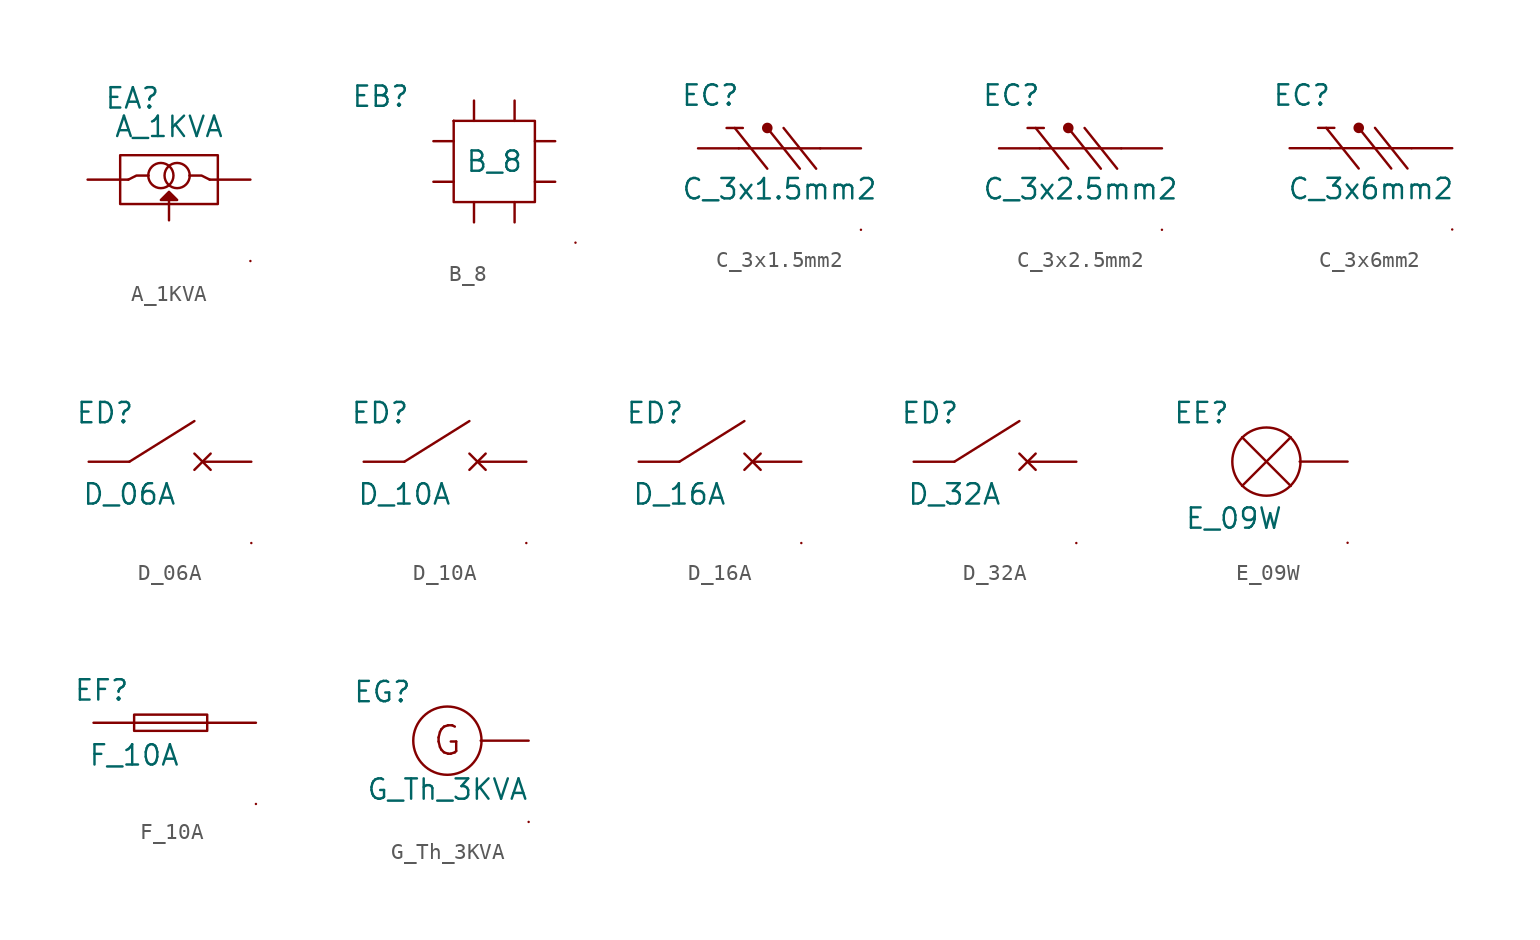
<source format=kicad_sym>
(kicad_symbol_lib
  (version 20201005)
  (generator kicad_symbol_editor)
  (symbol "elec-unifil:A_1KVA"
    (pin_numbers hide)
    (pin_names
      (offset 0.254))
    (property "Reference" "EA"
      (at -2.286 5.08 0)
      (effects (font (size 1.27 1.27))))
    (property "Value" "A_1KVA"
      (at 0 3.302 0)
      (effects (font (size 1.27 1.27))))
    (symbol "A_1KVA_0_1"
      (circle (center 0.508 0.254) (radius 0.787) (stroke (width 0)) (fill (type none)))
      (circle (center -0.508 0.254) (radius 0.787) (stroke (width 0)) (fill (type none)))
      (rectangle (start -3.048 1.524) (end 3.048 -1.524) (stroke (width 0)) (fill (type none)))
      (polyline (pts (xy 0 -0.762) (xy -0.508 -1.27) (xy 0.508 -1.27) (xy 0 -0.762) (xy 0 -0.762)) (stroke (width 0)) (fill (type outline)))
      (polyline (pts (xy 1.27 0.254) (xy 2.032 0.254) (xy 2.54 0) (xy 2.54 0)) (stroke (width 0)) (fill (type none)))
      (polyline (pts (xy -2.54 0) (xy -2.032 0.254) (xy -1.27 0.254) (xy -1.27 0.254)) (stroke (width 0)) (fill (type none))))
    (symbol "A_1KVA_0_0"
      (polyline (pts (xy 5.08 -5.08) (xy 5.08 -5.08)) (stroke (width 0)) (fill (type none))))
    (symbol "A_1KVA_1_1"
      (pin input line (at 0 -2.54 90) (length 1.27) (name "~" (effects (font (size 1.27 1.27)))) (number "3" (effects (font (size 0.254 0.254)))))
      (pin passive line (at 5.08 0 180) (length 2.54) (name "~" (effects (font (size 1.016 1.016)))) (number "1" (effects (font (size 0.254 0.254)))))
      (pin passive line (at -5.08 0 0) (length 2.54) (name "~" (effects (font (size 1.016 1.016)))) (number "2" (effects (font (size 0.254 0.254)))))))
  (symbol "elec-unifil:B_8"
    (pin_numbers hide)
    (pin_names
      (offset 0.254))
    (property "Reference" "EB"
      (at -7.112 4.064 0)
      (effects (font (size 1.27 1.27))))
    (property "Value" "B_8"
      (at 0 0 0)
      (effects (font (size 1.27 1.27))))
    (symbol "B_8_0_0"
      (rectangle (start -2.54 2.54) (end -2.54 2.54) (stroke (width 0)) (fill (type none)))
      (rectangle (start -2.54 2.54) (end 2.54 -2.54) (stroke (width 0)) (fill (type none)))
      (rectangle (start -2.54 2.54) (end -2.54 2.54) (stroke (width 0)) (fill (type none)))
      (polyline (pts (xy 5.08 -5.08) (xy 5.08 -5.08)) (stroke (width 0)) (fill (type none))))
    (symbol "B_8_1_1"
      (pin passive line (at -1.27 3.81 270) (length 1.27) (name "~" (effects (font (size 1.016 1.016)))) (number "7" (effects (font (size 0.254 0.254)))))
      (pin passive line (at -3.81 1.27 0) (length 1.27) (name "~" (effects (font (size 1.016 1.016)))) (number "6" (effects (font (size 0.254 0.254)))))
      (pin passive line (at 1.27 3.81 270) (length 1.27) (name "~" (effects (font (size 1.016 1.016)))) (number "8" (effects (font (size 0.254 0.254)))))
      (pin passive line (at -3.81 -1.27 0) (length 1.27) (name "~" (effects (font (size 1.016 1.016)))) (number "5" (effects (font (size 0.254 0.254)))))
      (pin passive line (at 3.81 1.27 180) (length 1.27) (name "~" (effects (font (size 1.016 1.016)))) (number "1" (effects (font (size 0.254 0.254)))))
      (pin passive line (at 3.81 -1.27 180) (length 1.27) (name "~" (effects (font (size 1.016 1.016)))) (number "2" (effects (font (size 0.254 0.254)))))
      (pin passive line (at 1.27 -3.81 90) (length 1.27) (name "~" (effects (font (size 1.016 1.016)))) (number "3" (effects (font (size 0.254 0.254)))))
      (pin passive line (at -1.27 -3.81 90) (length 1.27) (name "~" (effects (font (size 1.016 1.016)))) (number "4" (effects (font (size 0.254 0.254)))))))
  (symbol "elec-unifil:C_3x1.5mm2"
    (pin_numbers hide)
    (pin_names
      (offset 0.254))
    (property "Reference" "EC"
      (at -4.318 3.302 0)
      (effects (font (size 1.27 1.27))))
    (property "Value" "C_3x1.5mm2"
      (at 0 -2.54 0)
      (effects (font (size 1.27 1.27))))
    (symbol "C_3x1.5mm2_0_1"
      (circle (center -0.762 1.27) (radius 0.254) (stroke (width 0)) (fill (type outline)))
      (polyline (pts (xy -2.794 1.27) (xy -0.762 -1.27) (xy -0.762 -1.27)) (stroke (width 0)) (fill (type none)))
      (polyline (pts (xy -0.762 1.27) (xy 1.27 -1.27) (xy 1.27 -1.27)) (stroke (width 0)) (fill (type none)))
      (polyline (pts (xy -3.302 1.27) (xy -2.286 1.27) (xy -2.286 1.27)) (stroke (width 0)) (fill (type none)))
      (polyline (pts (xy 0.254 1.27) (xy 2.286 -1.27) (xy 2.286 -1.27)) (stroke (width 0)) (fill (type none)))
      (polyline (pts (xy -2.54 0) (xy 2.54 0) (xy 2.54 0) (xy 2.54 0)) (stroke (width 0)) (fill (type none))))
    (symbol "C_3x1.5mm2_0_0"
      (polyline (pts (xy 5.08 -5.08) (xy 5.08 -5.08)) (stroke (width 0)) (fill (type none))))
    (symbol "C_3x1.5mm2_1_1"
      (pin passive line (at -5.08 0 0) (length 2.54) (name "~" (effects (font (size 1.016 1.016)))) (number "2" (effects (font (size 0.254 0.254)))))
      (pin passive line (at 5.08 0 180) (length 2.54) (name "~" (effects (font (size 1.016 1.016)))) (number "1" (effects (font (size 0.254 0.254)))))))
  (symbol "elec-unifil:C_3x2.5mm2"
    (pin_numbers hide)
    (pin_names
      (offset 0.254))
    (property "Reference" "EC"
      (at -4.318 3.302 0)
      (effects (font (size 1.27 1.27))))
    (property "Value" "C_3x2.5mm2"
      (at 0 -2.54 0)
      (effects (font (size 1.27 1.27))))
    (symbol "C_3x2.5mm2_0_1"
      (circle (center -0.762 1.27) (radius 0.254) (stroke (width 0)) (fill (type outline)))
      (polyline (pts (xy -2.794 1.27) (xy -0.762 -1.27) (xy -0.762 -1.27)) (stroke (width 0)) (fill (type none)))
      (polyline (pts (xy -0.762 1.27) (xy 1.27 -1.27) (xy 1.27 -1.27)) (stroke (width 0)) (fill (type none)))
      (polyline (pts (xy -3.302 1.27) (xy -2.286 1.27) (xy -2.286 1.27)) (stroke (width 0)) (fill (type none)))
      (polyline (pts (xy 0.254 1.27) (xy 2.286 -1.27) (xy 2.286 -1.27)) (stroke (width 0)) (fill (type none)))
      (polyline (pts (xy -2.54 0) (xy 2.54 0) (xy 2.54 0) (xy 2.54 0)) (stroke (width 0)) (fill (type none))))
    (symbol "C_3x2.5mm2_0_0"
      (polyline (pts (xy 5.08 -5.08) (xy 5.08 -5.08)) (stroke (width 0)) (fill (type none))))
    (symbol "C_3x2.5mm2_1_1"
      (pin passive line (at -5.08 0 0) (length 2.54) (name "~" (effects (font (size 1.016 1.016)))) (number "2" (effects (font (size 0.254 0.254)))))
      (pin passive line (at 5.08 0 180) (length 2.54) (name "~" (effects (font (size 1.016 1.016)))) (number "1" (effects (font (size 0.254 0.254)))))))
  (symbol "elec-unifil:C_3x6mm2"
    (pin_numbers hide)
    (pin_names
      (offset 0.254))
    (property "Reference" "EC"
      (at -4.318 3.302 0)
      (effects (font (size 1.27 1.27))))
    (property "Value" "C_3x6mm2"
      (at 0 -2.54 0)
      (effects (font (size 1.27 1.27))))
    (symbol "C_3x6mm2_0_1"
      (circle (center -0.762 1.27) (radius 0.254) (stroke (width 0)) (fill (type outline)))
      (polyline (pts (xy -2.794 1.27) (xy -0.762 -1.27) (xy -0.762 -1.27)) (stroke (width 0)) (fill (type none)))
      (polyline (pts (xy -0.762 1.27) (xy 1.27 -1.27) (xy 1.27 -1.27)) (stroke (width 0)) (fill (type none)))
      (polyline (pts (xy -3.302 1.27) (xy -2.286 1.27) (xy -2.286 1.27)) (stroke (width 0)) (fill (type none)))
      (polyline (pts (xy 0.254 1.27) (xy 2.286 -1.27) (xy 2.286 -1.27)) (stroke (width 0)) (fill (type none)))
      (polyline (pts (xy -2.54 0) (xy 2.54 0) (xy 2.54 0) (xy 2.54 0)) (stroke (width 0)) (fill (type none))))
    (symbol "C_3x6mm2_0_0"
      (polyline (pts (xy 5.08 -5.08) (xy 5.08 -5.08)) (stroke (width 0)) (fill (type none))))
    (symbol "C_3x6mm2_1_1"
      (pin passive line (at -5.08 0 0) (length 2.54) (name "~" (effects (font (size 1.016 1.016)))) (number "2" (effects (font (size 0.254 0.254)))))
      (pin passive line (at 5.08 0 180) (length 2.54) (name "~" (effects (font (size 1.016 1.016)))) (number "1" (effects (font (size 0.254 0.254)))))))
  (symbol "elec-unifil:D_06A"
    (pin_numbers hide)
    (pin_names
      (offset 0.254))
    (property "Reference" "ED"
      (at -4.064 3.048 0)
      (effects (font (size 1.27 1.27))))
    (property "Value" "D_06A"
      (at -2.54 -2.032 0)
      (effects (font (size 1.27 1.27))))
    (symbol "D_06A_0_1"
      (polyline (pts (xy 1.524 0.508) (xy 2.54 -0.508) (xy 2.54 -0.508)) (stroke (width 0)) (fill (type none)))
      (polyline (pts (xy 2.54 0.508) (xy 1.524 -0.508) (xy 1.524 -0.508)) (stroke (width 0)) (fill (type none)))
      (polyline (pts (xy -2.54 0) (xy 1.524 2.54) (xy 1.524 2.54)) (stroke (width 0)) (fill (type none))))
    (symbol "D_06A_0_0"
      (polyline (pts (xy 5.08 -5.08) (xy 5.08 -5.08)) (stroke (width 0)) (fill (type none))))
    (symbol "D_06A_1_1"
      (pin passive line (at -5.08 0 0) (length 2.54) (name "~" (effects (font (size 1.016 1.016)))) (number "2" (effects (font (size 0.254 0.254)))))
      (pin passive line (at 5.08 0 180) (length 3.048) (name "~" (effects (font (size 1.016 1.016)))) (number "1" (effects (font (size 0.254 0.254)))))))
  (symbol "elec-unifil:D_10A"
    (pin_numbers hide)
    (pin_names
      (offset 0.254))
    (property "Reference" "ED"
      (at -4.064 3.048 0)
      (effects (font (size 1.27 1.27))))
    (property "Value" "D_10A"
      (at -2.54 -2.032 0)
      (effects (font (size 1.27 1.27))))
    (symbol "D_10A_0_1"
      (polyline (pts (xy 1.524 0.508) (xy 2.54 -0.508) (xy 2.54 -0.508)) (stroke (width 0)) (fill (type none)))
      (polyline (pts (xy 2.54 0.508) (xy 1.524 -0.508) (xy 1.524 -0.508)) (stroke (width 0)) (fill (type none)))
      (polyline (pts (xy -2.54 0) (xy 1.524 2.54) (xy 1.524 2.54)) (stroke (width 0)) (fill (type none))))
    (symbol "D_10A_0_0"
      (polyline (pts (xy 5.08 -5.08) (xy 5.08 -5.08)) (stroke (width 0)) (fill (type none))))
    (symbol "D_10A_1_1"
      (pin passive line (at -5.08 0 0) (length 2.54) (name "~" (effects (font (size 1.016 1.016)))) (number "2" (effects (font (size 0.254 0.254)))))
      (pin passive line (at 5.08 0 180) (length 3.048) (name "~" (effects (font (size 1.016 1.016)))) (number "1" (effects (font (size 0.254 0.254)))))))
  (symbol "elec-unifil:D_16A"
    (pin_numbers hide)
    (pin_names
      (offset 0.254))
    (property "Reference" "ED"
      (at -4.064 3.048 0)
      (effects (font (size 1.27 1.27))))
    (property "Value" "D_16A"
      (at -2.54 -2.032 0)
      (effects (font (size 1.27 1.27))))
    (symbol "D_16A_0_1"
      (polyline (pts (xy 1.524 0.508) (xy 2.54 -0.508) (xy 2.54 -0.508)) (stroke (width 0)) (fill (type none)))
      (polyline (pts (xy 2.54 0.508) (xy 1.524 -0.508) (xy 1.524 -0.508)) (stroke (width 0)) (fill (type none)))
      (polyline (pts (xy -2.54 0) (xy 1.524 2.54) (xy 1.524 2.54)) (stroke (width 0)) (fill (type none))))
    (symbol "D_16A_0_0"
      (polyline (pts (xy 5.08 -5.08) (xy 5.08 -5.08)) (stroke (width 0)) (fill (type none))))
    (symbol "D_16A_1_1"
      (pin passive line (at -5.08 0 0) (length 2.54) (name "~" (effects (font (size 1.016 1.016)))) (number "2" (effects (font (size 0.254 0.254)))))
      (pin passive line (at 5.08 0 180) (length 3.048) (name "~" (effects (font (size 1.016 1.016)))) (number "1" (effects (font (size 0.254 0.254)))))))
  (symbol "elec-unifil:D_32A"
    (pin_numbers hide)
    (pin_names
      (offset 0.254))
    (property "Reference" "ED"
      (at -4.064 3.048 0)
      (effects (font (size 1.27 1.27))))
    (property "Value" "D_32A"
      (at -2.54 -2.032 0)
      (effects (font (size 1.27 1.27))))
    (symbol "D_32A_0_1"
      (polyline (pts (xy 1.524 0.508) (xy 2.54 -0.508) (xy 2.54 -0.508)) (stroke (width 0)) (fill (type none)))
      (polyline (pts (xy 2.54 0.508) (xy 1.524 -0.508) (xy 1.524 -0.508)) (stroke (width 0)) (fill (type none)))
      (polyline (pts (xy -2.54 0) (xy 1.524 2.54) (xy 1.524 2.54)) (stroke (width 0)) (fill (type none))))
    (symbol "D_32A_0_0"
      (polyline (pts (xy 5.08 -5.08) (xy 5.08 -5.08)) (stroke (width 0)) (fill (type none))))
    (symbol "D_32A_1_1"
      (pin passive line (at -5.08 0 0) (length 2.54) (name "~" (effects (font (size 1.016 1.016)))) (number "2" (effects (font (size 0.254 0.254)))))
      (pin passive line (at 5.08 0 180) (length 3.048) (name "~" (effects (font (size 1.016 1.016)))) (number "1" (effects (font (size 0.254 0.254)))))))
  (symbol "elec-unifil:E_09W"
    (pin_numbers hide)
    (pin_names
      (offset 0.254))
    (property "Reference" "EE"
      (at -4.064 3.048 0)
      (effects (font (size 1.27 1.27))))
    (property "Value" "E_09W"
      (at -2.032 -3.556 0)
      (effects (font (size 1.27 1.27))))
    (symbol "E_09W_0_1"
      (circle (center 0 0) (radius 2.134) (stroke (width 0)) (fill (type none)))
      (polyline (pts (xy -1.524 -1.524) (xy 1.524 1.524) (xy 1.524 1.524)) (stroke (width 0)) (fill (type none)))
      (polyline (pts (xy -1.524 1.524) (xy 1.524 -1.524) (xy 1.524 -1.524) (xy 1.524 -1.524)) (stroke (width 0)) (fill (type none))))
    (symbol "E_09W_0_0"
      (polyline (pts (xy 5.08 -5.08) (xy 5.08 -5.08)) (stroke (width 0)) (fill (type none))))
    (symbol "E_09W_1_1"
      (pin input line (at 5.08 0 180) (length 2.997) (name "~" (effects (font (size 1.016 1.016)))) (number "1" (effects (font (size 0.254 0.254)))))))
  (symbol "elec-unifil:F_10A"
    (pin_numbers hide)
    (pin_names
      (offset 0.254))
    (property "Reference" "EF"
      (at -4.572 2.032 0)
      (effects (font (size 1.27 1.27))))
    (property "Value" "F_10A"
      (at -2.54 -2.032 0)
      (effects (font (size 1.27 1.27))))
    (symbol "F_10A_0_1"
      (polyline (pts (xy -2.54 0.508) (xy -2.54 -0.508) (xy 2.032 -0.508) (xy 2.032 0.508) (xy -2.54 0.508) (xy -2.54 0.508)) (stroke (width 0)) (fill (type none)))
      (polyline (pts (xy 2.032 0) (xy -2.54 0) (xy -2.54 0) (xy -2.54 0)) (stroke (width 0)) (fill (type none))))
    (symbol "F_10A_0_0"
      (polyline (pts (xy 5.08 -5.08) (xy 5.08 -5.08)) (stroke (width 0)) (fill (type none))))
    (symbol "F_10A_1_1"
      (pin passive line (at -5.08 0 0) (length 2.54) (name "~" (effects (font (size 1.016 1.016)))) (number "2" (effects (font (size 0.254 0.254)))))
      (pin passive line (at 5.08 0 180) (length 3.048) (name "~" (effects (font (size 1.016 1.016)))) (number "1" (effects (font (size 0.254 0.254)))))))
  (symbol "elec-unifil:G_Th_3KVA"
    (pin_numbers hide)
    (pin_names
      (offset 0.254))
    (property "Reference" "EG"
      (at -4.064 3.048 0)
      (effects (font (size 1.27 1.27))))
    (property "Value" "G_Th_3KVA"
      (at 0 -3.048 0)
      (effects (font (size 1.27 1.27))))
    (symbol "G_Th_3KVA_0_1"
      (circle (center 0 0) (radius 2.134) (stroke (width 0)) (fill (type none))))
    (symbol "G_Th_3KVA_0_0"
      (text "G" (at 0 0 0) (effects (font (size 1.778 1.778))))
      (polyline (pts (xy 5.08 -5.08) (xy 5.08 -5.08)) (stroke (width 0)) (fill (type none))))
    (symbol "G_Th_3KVA_1_1"
      (pin power_out line (at 5.08 0 180) (length 2.997) (name "~" (effects (font (size 1.016 1.016)))) (number "1" (effects (font (size 0.254 0.254))))))))
</source>
